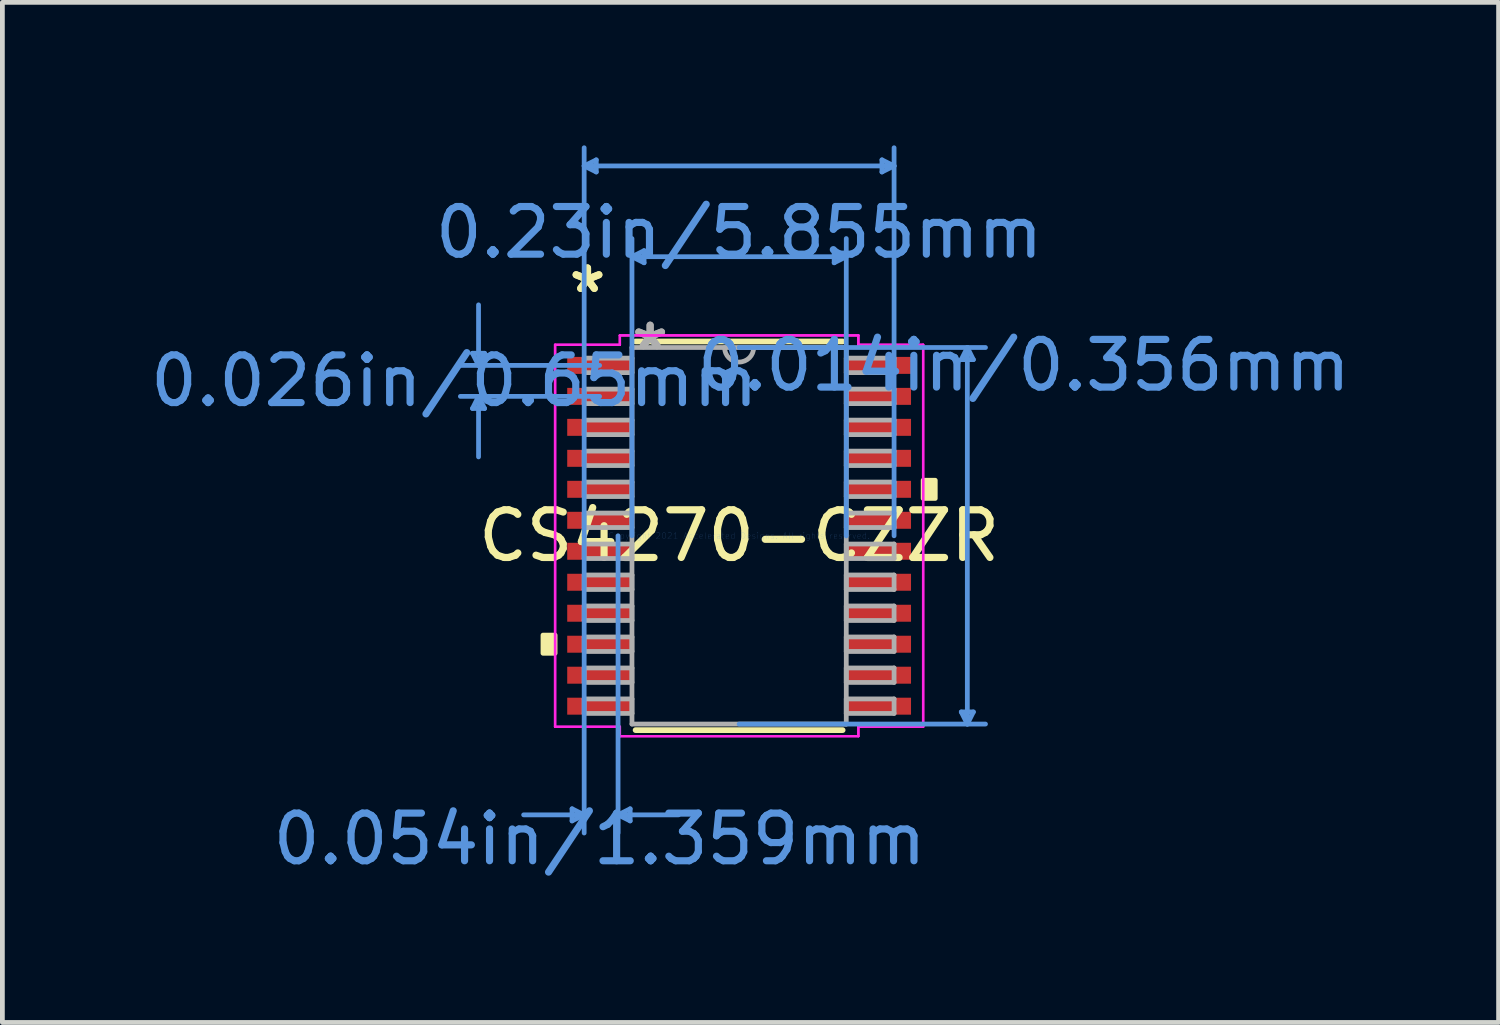
<source format=kicad_pcb>
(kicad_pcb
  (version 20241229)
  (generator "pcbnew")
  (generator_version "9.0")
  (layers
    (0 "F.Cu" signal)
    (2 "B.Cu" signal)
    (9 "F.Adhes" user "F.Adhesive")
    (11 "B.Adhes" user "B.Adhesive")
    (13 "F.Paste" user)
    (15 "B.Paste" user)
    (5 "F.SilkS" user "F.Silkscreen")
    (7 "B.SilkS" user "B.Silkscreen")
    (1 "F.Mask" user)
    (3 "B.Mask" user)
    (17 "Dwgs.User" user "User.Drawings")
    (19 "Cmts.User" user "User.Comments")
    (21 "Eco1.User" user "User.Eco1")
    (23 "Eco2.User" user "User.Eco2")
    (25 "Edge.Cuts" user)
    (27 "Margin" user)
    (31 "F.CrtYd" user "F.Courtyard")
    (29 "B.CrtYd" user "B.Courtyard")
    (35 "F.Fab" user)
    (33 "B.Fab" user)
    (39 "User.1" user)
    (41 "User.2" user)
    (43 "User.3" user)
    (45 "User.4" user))
  (footprint "CS4270-CZZR"
    (layer "F.Cu")
    (at 12.457 8.191)
    (property "Reference" "CS4270-CZZR" (at 0 0 0) (layer "F.SilkS") (effects (font (size 1 1) (thickness 0.15))))
    (attr through_hole)
    (fp_line (start -2.172 4.077) (end 2.172 4.077) (stroke (width 0.12) (type solid)) (layer "F.SilkS"))
    (fp_line (start 2.172 -4.077) (end -2.172 -4.077) (stroke (width 0.12) (type solid)) (layer "F.SilkS"))
    (fp_poly (pts (xy -4.115 2.084) (xy -4.115 2.465) (xy -3.861 2.465) (xy -3.861 2.084)) (stroke (width 0.1) (type solid)) (fill yes) (layer "F.SilkS"))
    (fp_poly (pts (xy 4.115 -1.165) (xy 4.115 -0.784) (xy 3.861 -0.784) (xy 3.861 -1.165)) (stroke (width 0.1) (type solid)) (fill yes) (layer "F.SilkS"))
    (fp_line (start -5.594 -3.829) (end -5.34 -3.829) (stroke (width 0.1) (type solid)) (layer "Cmts.User"))
    (fp_line (start -5.594 -2.671) (end -5.34 -2.671) (stroke (width 0.1) (type solid)) (layer "Cmts.User"))
    (fp_line (start -5.467 -3.575) (end -5.594 -3.829) (stroke (width 0.1) (type solid)) (layer "Cmts.User"))
    (fp_line (start -5.467 -3.575) (end -5.467 -4.845) (stroke (width 0.1) (type solid)) (layer "Cmts.User"))
    (fp_line (start -5.467 -3.575) (end -5.34 -3.829) (stroke (width 0.1) (type solid)) (layer "Cmts.User"))
    (fp_line (start -5.467 -2.925) (end -5.594 -2.671) (stroke (width 0.1) (type solid)) (layer "Cmts.User"))
    (fp_line (start -5.467 -2.925) (end -5.467 -1.655) (stroke (width 0.1) (type solid)) (layer "Cmts.User"))
    (fp_line (start -5.467 -2.925) (end -5.34 -2.671) (stroke (width 0.1) (type solid)) (layer "Cmts.User"))
    (fp_line (start -3.505 5.728) (end -3.505 5.982) (stroke (width 0.1) (type solid)) (layer "Cmts.User"))
    (fp_line (start -3.251 -7.76) (end -2.997 -7.887) (stroke (width 0.1) (type solid)) (layer "Cmts.User"))
    (fp_line (start -3.251 -7.76) (end -2.997 -7.633) (stroke (width 0.1) (type solid)) (layer "Cmts.User"))
    (fp_line (start -3.251 -7.76) (end 3.251 -7.76) (stroke (width 0.1) (type solid)) (layer "Cmts.User"))
    (fp_line (start -3.251 0) (end -3.251 -8.141) (stroke (width 0.1) (type solid)) (layer "Cmts.User"))
    (fp_line (start -3.251 0) (end -3.251 6.236) (stroke (width 0.1) (type solid)) (layer "Cmts.User"))
    (fp_line (start -3.251 5.855) (end -4.521 5.855) (stroke (width 0.1) (type solid)) (layer "Cmts.User"))
    (fp_line (start -3.251 5.855) (end -3.505 5.728) (stroke (width 0.1) (type solid)) (layer "Cmts.User"))
    (fp_line (start -3.251 5.855) (end -3.505 5.982) (stroke (width 0.1) (type solid)) (layer "Cmts.User"))
    (fp_line (start -2.997 -7.887) (end -2.997 -7.633) (stroke (width 0.1) (type solid)) (layer "Cmts.User"))
    (fp_line (start -2.927 -3.575) (end -5.848 -3.575) (stroke (width 0.1) (type solid)) (layer "Cmts.User"))
    (fp_line (start -2.927 -2.925) (end -5.848 -2.925) (stroke (width 0.1) (type solid)) (layer "Cmts.User"))
    (fp_line (start -2.54 0) (end -2.54 6.236) (stroke (width 0.1) (type solid)) (layer "Cmts.User"))
    (fp_line (start -2.54 5.855) (end -2.286 5.728) (stroke (width 0.1) (type solid)) (layer "Cmts.User"))
    (fp_line (start -2.54 5.855) (end -2.286 5.982) (stroke (width 0.1) (type solid)) (layer "Cmts.User"))
    (fp_line (start -2.54 5.855) (end -1.27 5.855) (stroke (width 0.1) (type solid)) (layer "Cmts.User"))
    (fp_line (start -2.286 5.728) (end -2.286 5.982) (stroke (width 0.1) (type solid)) (layer "Cmts.User"))
    (fp_line (start -2.248 -5.855) (end -1.994 -5.982) (stroke (width 0.1) (type solid)) (layer "Cmts.User"))
    (fp_line (start -2.248 -5.855) (end -1.994 -5.728) (stroke (width 0.1) (type solid)) (layer "Cmts.User"))
    (fp_line (start -2.248 -5.855) (end 2.248 -5.855) (stroke (width 0.1) (type solid)) (layer "Cmts.User"))
    (fp_line (start -2.248 0) (end -2.248 -6.236) (stroke (width 0.1) (type solid)) (layer "Cmts.User"))
    (fp_line (start -1.994 -5.982) (end -1.994 -5.728) (stroke (width 0.1) (type solid)) (layer "Cmts.User"))
    (fp_line (start 0 -3.95) (end 5.169 -3.95) (stroke (width 0.1) (type solid)) (layer "Cmts.User"))
    (fp_line (start 0 3.95) (end 5.169 3.95) (stroke (width 0.1) (type solid)) (layer "Cmts.User"))
    (fp_line (start 1.994 -5.982) (end 1.994 -5.728) (stroke (width 0.1) (type solid)) (layer "Cmts.User"))
    (fp_line (start 2.248 -5.855) (end 1.994 -5.982) (stroke (width 0.1) (type solid)) (layer "Cmts.User"))
    (fp_line (start 2.248 -5.855) (end 1.994 -5.728) (stroke (width 0.1) (type solid)) (layer "Cmts.User"))
    (fp_line (start 2.248 0) (end 2.248 -6.236) (stroke (width 0.1) (type solid)) (layer "Cmts.User"))
    (fp_line (start 2.997 -7.887) (end 2.997 -7.633) (stroke (width 0.1) (type solid)) (layer "Cmts.User"))
    (fp_line (start 3.251 -7.76) (end 2.997 -7.887) (stroke (width 0.1) (type solid)) (layer "Cmts.User"))
    (fp_line (start 3.251 -7.76) (end 2.997 -7.633) (stroke (width 0.1) (type solid)) (layer "Cmts.User"))
    (fp_line (start 3.251 0) (end 3.251 -8.141) (stroke (width 0.1) (type solid)) (layer "Cmts.User"))
    (fp_line (start 4.661 -3.696) (end 4.915 -3.696) (stroke (width 0.1) (type solid)) (layer "Cmts.User"))
    (fp_line (start 4.661 3.696) (end 4.915 3.696) (stroke (width 0.1) (type solid)) (layer "Cmts.User"))
    (fp_line (start 4.788 -3.95) (end 4.661 -3.696) (stroke (width 0.1) (type solid)) (layer "Cmts.User"))
    (fp_line (start 4.788 -3.95) (end 4.788 3.95) (stroke (width 0.1) (type solid)) (layer "Cmts.User"))
    (fp_line (start 4.788 -3.95) (end 4.915 -3.696) (stroke (width 0.1) (type solid)) (layer "Cmts.User"))
    (fp_line (start 4.788 3.95) (end 4.661 3.696) (stroke (width 0.1) (type solid)) (layer "Cmts.User"))
    (fp_line (start 4.788 3.95) (end 4.915 3.696) (stroke (width 0.1) (type solid)) (layer "Cmts.User"))
    (fp_line (start -3.861 -4.007) (end -2.502 -4.007) (stroke (width 0.05) (type solid)) (layer "F.CrtYd"))
    (fp_line (start -3.861 -4.007) (end -2.502 -4.007) (stroke (width 0.05) (type solid)) (layer "F.CrtYd"))
    (fp_line (start -3.861 4.007) (end -3.861 -4.007) (stroke (width 0.05) (type solid)) (layer "F.CrtYd"))
    (fp_line (start -3.861 4.007) (end -3.861 -4.007) (stroke (width 0.05) (type solid)) (layer "F.CrtYd"))
    (fp_line (start -3.861 4.007) (end -2.502 4.007) (stroke (width 0.05) (type solid)) (layer "F.CrtYd"))
    (fp_line (start -2.502 -4.204) (end 2.502 -4.204) (stroke (width 0.05) (type solid)) (layer "F.CrtYd"))
    (fp_line (start -2.502 -4.204) (end 2.502 -4.204) (stroke (width 0.05) (type solid)) (layer "F.CrtYd"))
    (fp_line (start -2.502 -4.007) (end -2.502 -4.204) (stroke (width 0.05) (type solid)) (layer "F.CrtYd"))
    (fp_line (start -2.502 -4.007) (end -2.502 -4.204) (stroke (width 0.05) (type solid)) (layer "F.CrtYd"))
    (fp_line (start -2.502 4.007) (end -3.861 4.007) (stroke (width 0.05) (type solid)) (layer "F.CrtYd"))
    (fp_line (start -2.502 4.204) (end -2.502 4.007) (stroke (width 0.05) (type solid)) (layer "F.CrtYd"))
    (fp_line (start -2.502 4.204) (end -2.502 4.007) (stroke (width 0.05) (type solid)) (layer "F.CrtYd"))
    (fp_line (start 2.502 -4.204) (end 2.502 -4.007) (stroke (width 0.05) (type solid)) (layer "F.CrtYd"))
    (fp_line (start 2.502 -4.204) (end 2.502 -4.007) (stroke (width 0.05) (type solid)) (layer "F.CrtYd"))
    (fp_line (start 2.502 -4.007) (end 3.861 -4.007) (stroke (width 0.05) (type solid)) (layer "F.CrtYd"))
    (fp_line (start 2.502 4.007) (end 2.502 4.204) (stroke (width 0.05) (type solid)) (layer "F.CrtYd"))
    (fp_line (start 2.502 4.007) (end 2.502 4.204) (stroke (width 0.05) (type solid)) (layer "F.CrtYd"))
    (fp_line (start 2.502 4.204) (end -2.502 4.204) (stroke (width 0.05) (type solid)) (layer "F.CrtYd"))
    (fp_line (start 2.502 4.204) (end -2.502 4.204) (stroke (width 0.05) (type solid)) (layer "F.CrtYd"))
    (fp_line (start 3.861 -4.007) (end 2.502 -4.007) (stroke (width 0.05) (type solid)) (layer "F.CrtYd"))
    (fp_line (start 3.861 -4.007) (end 3.861 4.007) (stroke (width 0.05) (type solid)) (layer "F.CrtYd"))
    (fp_line (start 3.861 -4.007) (end 3.861 4.007) (stroke (width 0.05) (type solid)) (layer "F.CrtYd"))
    (fp_line (start 3.861 4.007) (end 2.502 4.007) (stroke (width 0.05) (type solid)) (layer "F.CrtYd"))
    (fp_line (start 3.861 4.007) (end 2.502 4.007) (stroke (width 0.05) (type solid)) (layer "F.CrtYd"))
    (fp_line (start -3.251 -3.727) (end -3.251 -3.423) (stroke (width 0.1) (type solid)) (layer "F.Fab"))
    (fp_line (start -3.251 -3.423) (end -2.248 -3.423) (stroke (width 0.1) (type solid)) (layer "F.Fab"))
    (fp_line (start -3.251 -3.077) (end -3.251 -2.773) (stroke (width 0.1) (type solid)) (layer "F.Fab"))
    (fp_line (start -3.251 -2.773) (end -2.248 -2.773) (stroke (width 0.1) (type solid)) (layer "F.Fab"))
    (fp_line (start -3.251 -2.427) (end -3.251 -2.123) (stroke (width 0.1) (type solid)) (layer "F.Fab"))
    (fp_line (start -3.251 -2.123) (end -2.248 -2.123) (stroke (width 0.1) (type solid)) (layer "F.Fab"))
    (fp_line (start -3.251 -1.777) (end -3.251 -1.473) (stroke (width 0.1) (type solid)) (layer "F.Fab"))
    (fp_line (start -3.251 -1.473) (end -2.248 -1.473) (stroke (width 0.1) (type solid)) (layer "F.Fab"))
    (fp_line (start -3.251 -1.127) (end -3.251 -0.823) (stroke (width 0.1) (type solid)) (layer "F.Fab"))
    (fp_line (start -3.251 -0.823) (end -2.248 -0.823) (stroke (width 0.1) (type solid)) (layer "F.Fab"))
    (fp_line (start -3.251 -0.477) (end -3.251 -0.173) (stroke (width 0.1) (type solid)) (layer "F.Fab"))
    (fp_line (start -3.251 -0.173) (end -2.248 -0.173) (stroke (width 0.1) (type solid)) (layer "F.Fab"))
    (fp_line (start -3.251 0.173) (end -3.251 0.477) (stroke (width 0.1) (type solid)) (layer "F.Fab"))
    (fp_line (start -3.251 0.477) (end -2.248 0.477) (stroke (width 0.1) (type solid)) (layer "F.Fab"))
    (fp_line (start -3.251 0.823) (end -3.251 1.127) (stroke (width 0.1) (type solid)) (layer "F.Fab"))
    (fp_line (start -3.251 1.127) (end -2.248 1.127) (stroke (width 0.1) (type solid)) (layer "F.Fab"))
    (fp_line (start -3.251 1.473) (end -3.251 1.777) (stroke (width 0.1) (type solid)) (layer "F.Fab"))
    (fp_line (start -3.251 1.777) (end -2.248 1.777) (stroke (width 0.1) (type solid)) (layer "F.Fab"))
    (fp_line (start -3.251 2.123) (end -3.251 2.427) (stroke (width 0.1) (type solid)) (layer "F.Fab"))
    (fp_line (start -3.251 2.427) (end -2.248 2.427) (stroke (width 0.1) (type solid)) (layer "F.Fab"))
    (fp_line (start -3.251 2.773) (end -3.251 3.077) (stroke (width 0.1) (type solid)) (layer "F.Fab"))
    (fp_line (start -3.251 3.077) (end -2.248 3.077) (stroke (width 0.1) (type solid)) (layer "F.Fab"))
    (fp_line (start -3.251 3.423) (end -3.251 3.727) (stroke (width 0.1) (type solid)) (layer "F.Fab"))
    (fp_line (start -3.251 3.727) (end -2.248 3.727) (stroke (width 0.1) (type solid)) (layer "F.Fab"))
    (fp_line (start -2.248 -3.95) (end -2.248 3.95) (stroke (width 0.1) (type solid)) (layer "F.Fab"))
    (fp_line (start -2.248 -3.727) (end -3.251 -3.727) (stroke (width 0.1) (type solid)) (layer "F.Fab"))
    (fp_line (start -2.248 -3.423) (end -2.248 -3.727) (stroke (width 0.1) (type solid)) (layer "F.Fab"))
    (fp_line (start -2.248 -3.077) (end -3.251 -3.077) (stroke (width 0.1) (type solid)) (layer "F.Fab"))
    (fp_line (start -2.248 -2.773) (end -2.248 -3.077) (stroke (width 0.1) (type solid)) (layer "F.Fab"))
    (fp_line (start -2.248 -2.427) (end -3.251 -2.427) (stroke (width 0.1) (type solid)) (layer "F.Fab"))
    (fp_line (start -2.248 -2.123) (end -2.248 -2.427) (stroke (width 0.1) (type solid)) (layer "F.Fab"))
    (fp_line (start -2.248 -1.777) (end -3.251 -1.777) (stroke (width 0.1) (type solid)) (layer "F.Fab"))
    (fp_line (start -2.248 -1.473) (end -2.248 -1.777) (stroke (width 0.1) (type solid)) (layer "F.Fab"))
    (fp_line (start -2.248 -1.127) (end -3.251 -1.127) (stroke (width 0.1) (type solid)) (layer "F.Fab"))
    (fp_line (start -2.248 -0.823) (end -2.248 -1.127) (stroke (width 0.1) (type solid)) (layer "F.Fab"))
    (fp_line (start -2.248 -0.477) (end -3.251 -0.477) (stroke (width 0.1) (type solid)) (layer "F.Fab"))
    (fp_line (start -2.248 -0.173) (end -2.248 -0.477) (stroke (width 0.1) (type solid)) (layer "F.Fab"))
    (fp_line (start -2.248 0.173) (end -3.251 0.173) (stroke (width 0.1) (type solid)) (layer "F.Fab"))
    (fp_line (start -2.248 0.477) (end -2.248 0.173) (stroke (width 0.1) (type solid)) (layer "F.Fab"))
    (fp_line (start -2.248 0.823) (end -3.251 0.823) (stroke (width 0.1) (type solid)) (layer "F.Fab"))
    (fp_line (start -2.248 1.127) (end -2.248 0.823) (stroke (width 0.1) (type solid)) (layer "F.Fab"))
    (fp_line (start -2.248 1.473) (end -3.251 1.473) (stroke (width 0.1) (type solid)) (layer "F.Fab"))
    (fp_line (start -2.248 1.777) (end -2.248 1.473) (stroke (width 0.1) (type solid)) (layer "F.Fab"))
    (fp_line (start -2.248 2.123) (end -3.251 2.123) (stroke (width 0.1) (type solid)) (layer "F.Fab"))
    (fp_line (start -2.248 2.427) (end -2.248 2.123) (stroke (width 0.1) (type solid)) (layer "F.Fab"))
    (fp_line (start -2.248 2.773) (end -3.251 2.773) (stroke (width 0.1) (type solid)) (layer "F.Fab"))
    (fp_line (start -2.248 3.077) (end -2.248 2.773) (stroke (width 0.1) (type solid)) (layer "F.Fab"))
    (fp_line (start -2.248 3.423) (end -3.251 3.423) (stroke (width 0.1) (type solid)) (layer "F.Fab"))
    (fp_line (start -2.248 3.727) (end -2.248 3.423) (stroke (width 0.1) (type solid)) (layer "F.Fab"))
    (fp_line (start -2.248 3.95) (end 2.248 3.95) (stroke (width 0.1) (type solid)) (layer "F.Fab"))
    (fp_line (start 2.248 -3.95) (end -2.248 -3.95) (stroke (width 0.1) (type solid)) (layer "F.Fab"))
    (fp_line (start 2.248 -3.727) (end 2.248 -3.423) (stroke (width 0.1) (type solid)) (layer "F.Fab"))
    (fp_line (start 2.248 -3.423) (end 3.251 -3.423) (stroke (width 0.1) (type solid)) (layer "F.Fab"))
    (fp_line (start 2.248 -3.077) (end 2.248 -2.773) (stroke (width 0.1) (type solid)) (layer "F.Fab"))
    (fp_line (start 2.248 -2.773) (end 3.251 -2.773) (stroke (width 0.1) (type solid)) (layer "F.Fab"))
    (fp_line (start 2.248 -2.427) (end 2.248 -2.123) (stroke (width 0.1) (type solid)) (layer "F.Fab"))
    (fp_line (start 2.248 -2.123) (end 3.251 -2.123) (stroke (width 0.1) (type solid)) (layer "F.Fab"))
    (fp_line (start 2.248 -1.777) (end 2.248 -1.473) (stroke (width 0.1) (type solid)) (layer "F.Fab"))
    (fp_line (start 2.248 -1.473) (end 3.251 -1.473) (stroke (width 0.1) (type solid)) (layer "F.Fab"))
    (fp_line (start 2.248 -1.127) (end 2.248 -0.823) (stroke (width 0.1) (type solid)) (layer "F.Fab"))
    (fp_line (start 2.248 -0.823) (end 3.251 -0.823) (stroke (width 0.1) (type solid)) (layer "F.Fab"))
    (fp_line (start 2.248 -0.477) (end 2.248 -0.173) (stroke (width 0.1) (type solid)) (layer "F.Fab"))
    (fp_line (start 2.248 -0.173) (end 3.251 -0.173) (stroke (width 0.1) (type solid)) (layer "F.Fab"))
    (fp_line (start 2.248 0.173) (end 2.248 0.477) (stroke (width 0.1) (type solid)) (layer "F.Fab"))
    (fp_line (start 2.248 0.477) (end 3.251 0.477) (stroke (width 0.1) (type solid)) (layer "F.Fab"))
    (fp_line (start 2.248 0.823) (end 2.248 1.127) (stroke (width 0.1) (type solid)) (layer "F.Fab"))
    (fp_line (start 2.248 1.127) (end 3.251 1.127) (stroke (width 0.1) (type solid)) (layer "F.Fab"))
    (fp_line (start 2.248 1.473) (end 2.248 1.777) (stroke (width 0.1) (type solid)) (layer "F.Fab"))
    (fp_line (start 2.248 1.777) (end 3.251 1.777) (stroke (width 0.1) (type solid)) (layer "F.Fab"))
    (fp_line (start 2.248 2.123) (end 2.248 2.427) (stroke (width 0.1) (type solid)) (layer "F.Fab"))
    (fp_line (start 2.248 2.427) (end 3.251 2.427) (stroke (width 0.1) (type solid)) (layer "F.Fab"))
    (fp_line (start 2.248 2.773) (end 2.248 3.077) (stroke (width 0.1) (type solid)) (layer "F.Fab"))
    (fp_line (start 2.248 3.077) (end 3.251 3.077) (stroke (width 0.1) (type solid)) (layer "F.Fab"))
    (fp_line (start 2.248 3.423) (end 2.248 3.727) (stroke (width 0.1) (type solid)) (layer "F.Fab"))
    (fp_line (start 2.248 3.727) (end 3.251 3.727) (stroke (width 0.1) (type solid)) (layer "F.Fab"))
    (fp_line (start 2.248 3.95) (end 2.248 -3.95) (stroke (width 0.1) (type solid)) (layer "F.Fab"))
    (fp_line (start 3.251 -3.727) (end 2.248 -3.727) (stroke (width 0.1) (type solid)) (layer "F.Fab"))
    (fp_line (start 3.251 -3.423) (end 3.251 -3.727) (stroke (width 0.1) (type solid)) (layer "F.Fab"))
    (fp_line (start 3.251 -3.077) (end 2.248 -3.077) (stroke (width 0.1) (type solid)) (layer "F.Fab"))
    (fp_line (start 3.251 -2.773) (end 3.251 -3.077) (stroke (width 0.1) (type solid)) (layer "F.Fab"))
    (fp_line (start 3.251 -2.427) (end 2.248 -2.427) (stroke (width 0.1) (type solid)) (layer "F.Fab"))
    (fp_line (start 3.251 -2.123) (end 3.251 -2.427) (stroke (width 0.1) (type solid)) (layer "F.Fab"))
    (fp_line (start 3.251 -1.777) (end 2.248 -1.777) (stroke (width 0.1) (type solid)) (layer "F.Fab"))
    (fp_line (start 3.251 -1.473) (end 3.251 -1.777) (stroke (width 0.1) (type solid)) (layer "F.Fab"))
    (fp_line (start 3.251 -1.127) (end 2.248 -1.127) (stroke (width 0.1) (type solid)) (layer "F.Fab"))
    (fp_line (start 3.251 -0.823) (end 3.251 -1.127) (stroke (width 0.1) (type solid)) (layer "F.Fab"))
    (fp_line (start 3.251 -0.477) (end 2.248 -0.477) (stroke (width 0.1) (type solid)) (layer "F.Fab"))
    (fp_line (start 3.251 -0.173) (end 3.251 -0.477) (stroke (width 0.1) (type solid)) (layer "F.Fab"))
    (fp_line (start 3.251 0.173) (end 2.248 0.173) (stroke (width 0.1) (type solid)) (layer "F.Fab"))
    (fp_line (start 3.251 0.477) (end 3.251 0.173) (stroke (width 0.1) (type solid)) (layer "F.Fab"))
    (fp_line (start 3.251 0.823) (end 2.248 0.823) (stroke (width 0.1) (type solid)) (layer "F.Fab"))
    (fp_line (start 3.251 1.127) (end 3.251 0.823) (stroke (width 0.1) (type solid)) (layer "F.Fab"))
    (fp_line (start 3.251 1.473) (end 2.248 1.473) (stroke (width 0.1) (type solid)) (layer "F.Fab"))
    (fp_line (start 3.251 1.777) (end 3.251 1.473) (stroke (width 0.1) (type solid)) (layer "F.Fab"))
    (fp_line (start 3.251 2.123) (end 2.248 2.123) (stroke (width 0.1) (type solid)) (layer "F.Fab"))
    (fp_line (start 3.251 2.427) (end 3.251 2.123) (stroke (width 0.1) (type solid)) (layer "F.Fab"))
    (fp_line (start 3.251 2.773) (end 2.248 2.773) (stroke (width 0.1) (type solid)) (layer "F.Fab"))
    (fp_line (start 3.251 3.077) (end 3.251 2.773) (stroke (width 0.1) (type solid)) (layer "F.Fab"))
    (fp_line (start 3.251 3.423) (end 2.248 3.423) (stroke (width 0.1) (type solid)) (layer "F.Fab"))
    (fp_line (start 3.251 3.727) (end 3.251 3.423) (stroke (width 0.1) (type solid)) (layer "F.Fab"))
    (fp_arc (start 0.3048 -3.9497) (mid 0 -3.6449) (end -0.3048 -3.9497) (stroke (width 0.1) (type solid)) (layer "F.Fab"))
    (fp_text user "*" (at -3.181 -5.074 0) (layer "F.SilkS") (effects (font (size 1 1) (thickness 0.15))))
    (fp_text user "*" (at -3.181 -5.074 0) (layer "F.SilkS") (effects (font (size 1 1) (thickness 0.15))))
    (fp_text user "0.23in/5.855mm" (at 0 -6.363 0) (layer "Cmts.User") (effects (font (size 1 1) (thickness 0.15))))
    (fp_text user "0.014in/0.356mm" (at 5.975 -3.575 0) (layer "Cmts.User") (effects (font (size 1 1) (thickness 0.15))))
    (fp_text user "0.054in/1.359mm" (at -2.927 6.363 0) (layer "Cmts.User") (effects (font (size 1 1) (thickness 0.15))))
    (fp_text user "0.026in/0.65mm" (at -5.975 -3.25 0) (layer "Cmts.User") (effects (font (size 1 1) (thickness 0.15))))
    (fp_text user "Copyright 2021 Accelerated Designs. All rights reserved." (at 0 0 0) (layer "Cmts.User") (effects (font (size 0.127 0.127) (thickness 0.002))))
    (fp_text user "*" (at -1.867 -3.873 0) (layer "F.Fab") (effects (font (size 1 1) (thickness 0.15))))
    (fp_text user "*" (at -1.867 -3.873 0) (layer "F.Fab") (effects (font (size 1 1) (thickness 0.15))))
    (pad "1" smd rect (at -2.927 -3.575) (size 1.359 0.356) (layers "F.Cu" "F.Mask" "F.Paste"))
    (pad "2" smd rect (at -2.927 -2.925) (size 1.359 0.356) (layers "F.Cu" "F.Mask" "F.Paste"))
    (pad "3" smd rect (at -2.927 -2.275) (size 1.359 0.356) (layers "F.Cu" "F.Mask" "F.Paste"))
    (pad "4" smd rect (at -2.927 -1.625) (size 1.359 0.356) (layers "F.Cu" "F.Mask" "F.Paste"))
    (pad "5" smd rect (at -2.927 -0.975) (size 1.359 0.356) (layers "F.Cu" "F.Mask" "F.Paste"))
    (pad "6" smd rect (at -2.927 -0.325) (size 1.359 0.356) (layers "F.Cu" "F.Mask" "F.Paste"))
    (pad "7" smd rect (at -2.927 0.325) (size 1.359 0.356) (layers "F.Cu" "F.Mask" "F.Paste"))
    (pad "8" smd rect (at -2.927 0.975) (size 1.359 0.356) (layers "F.Cu" "F.Mask" "F.Paste"))
    (pad "9" smd rect (at -2.927 1.625) (size 1.359 0.356) (layers "F.Cu" "F.Mask" "F.Paste"))
    (pad "10" smd rect (at -2.927 2.275) (size 1.359 0.356) (layers "F.Cu" "F.Mask" "F.Paste"))
    (pad "11" smd rect (at -2.927 2.925) (size 1.359 0.356) (layers "F.Cu" "F.Mask" "F.Paste"))
    (pad "12" smd rect (at -2.927 3.575) (size 1.359 0.356) (layers "F.Cu" "F.Mask" "F.Paste"))
    (pad "13" smd rect (at 2.927 3.575) (size 1.359 0.356) (layers "F.Cu" "F.Mask" "F.Paste"))
    (pad "14" smd rect (at 2.927 2.925) (size 1.359 0.356) (layers "F.Cu" "F.Mask" "F.Paste"))
    (pad "15" smd rect (at 2.927 2.275) (size 1.359 0.356) (layers "F.Cu" "F.Mask" "F.Paste"))
    (pad "16" smd rect (at 2.927 1.625) (size 1.359 0.356) (layers "F.Cu" "F.Mask" "F.Paste"))
    (pad "17" smd rect (at 2.927 0.975) (size 1.359 0.356) (layers "F.Cu" "F.Mask" "F.Paste"))
    (pad "18" smd rect (at 2.927 0.325) (size 1.359 0.356) (layers "F.Cu" "F.Mask" "F.Paste"))
    (pad "19" smd rect (at 2.927 -0.325) (size 1.359 0.356) (layers "F.Cu" "F.Mask" "F.Paste"))
    (pad "20" smd rect (at 2.927 -0.975) (size 1.359 0.356) (layers "F.Cu" "F.Mask" "F.Paste"))
    (pad "21" smd rect (at 2.927 -1.625) (size 1.359 0.356) (layers "F.Cu" "F.Mask" "F.Paste"))
    (pad "22" smd rect (at 2.927 -2.275) (size 1.359 0.356) (layers "F.Cu" "F.Mask" "F.Paste"))
    (pad "23" smd rect (at 2.927 -2.925) (size 1.359 0.356) (layers "F.Cu" "F.Mask" "F.Paste"))
    (pad "24" smd rect (at 2.927 -3.575) (size 1.359 0.356) (layers "F.Cu" "F.Mask" "F.Paste")))
  (gr_rect
    (start -3 -3)
    (end 28.391 18.402)
    (stroke (width 0.1) (type default))
    (fill no)
    (layer "Edge.Cuts")))
</source>
